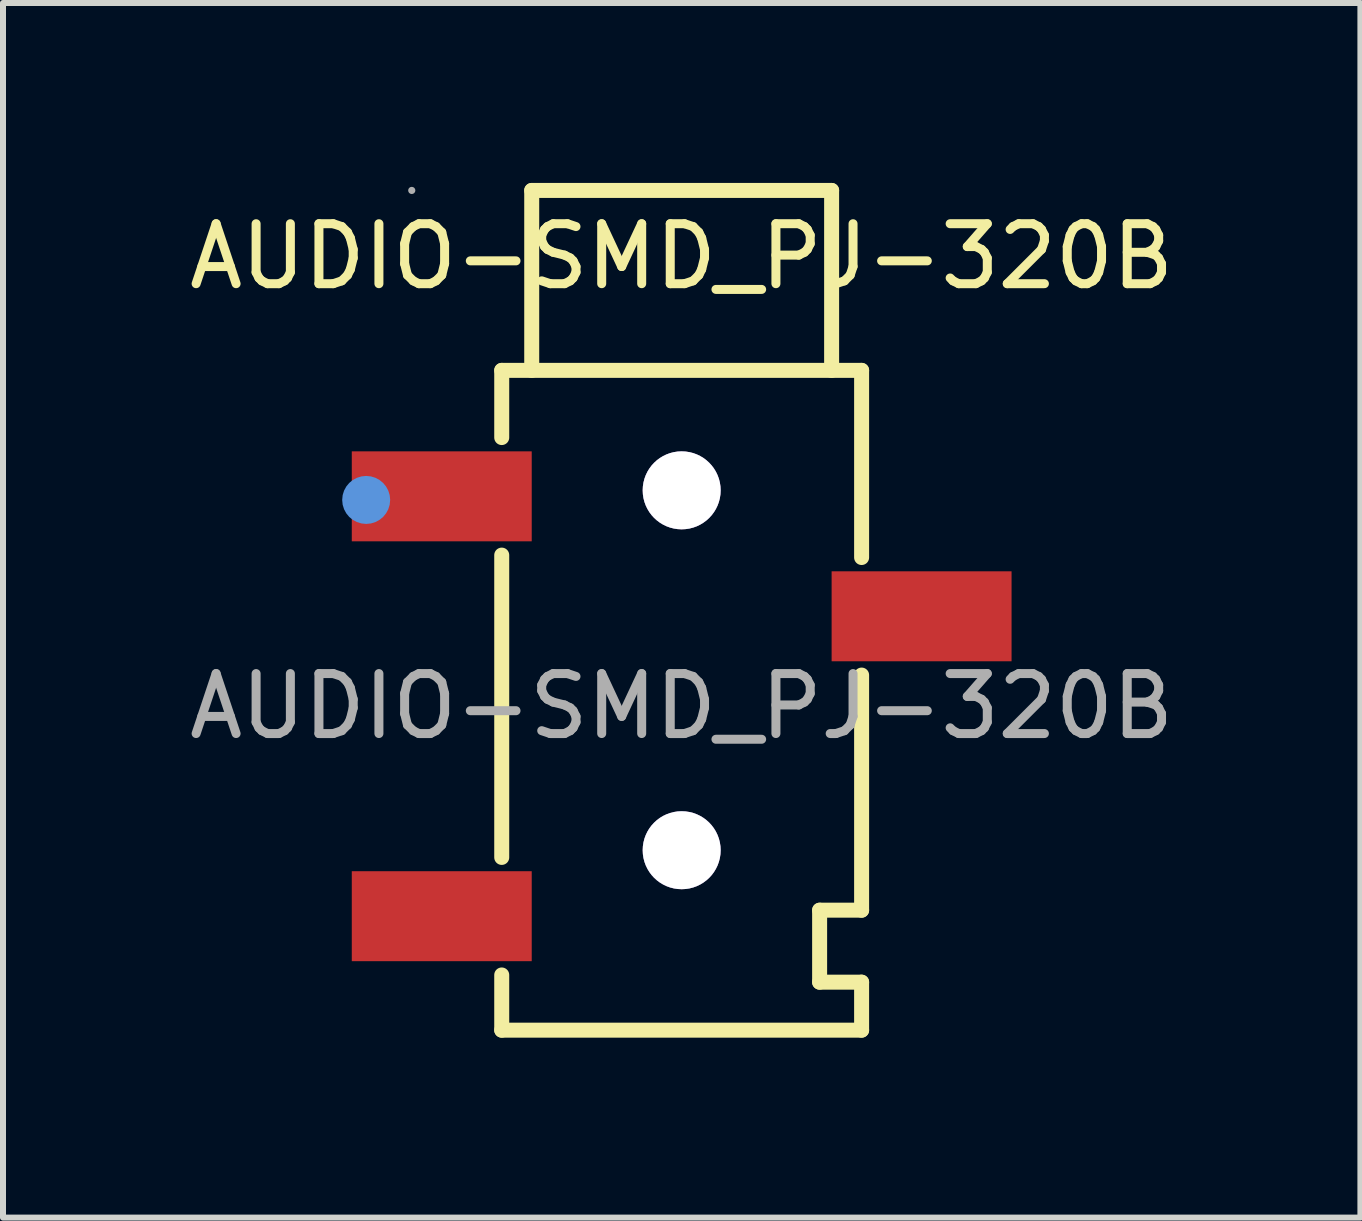
<source format=kicad_pcb>
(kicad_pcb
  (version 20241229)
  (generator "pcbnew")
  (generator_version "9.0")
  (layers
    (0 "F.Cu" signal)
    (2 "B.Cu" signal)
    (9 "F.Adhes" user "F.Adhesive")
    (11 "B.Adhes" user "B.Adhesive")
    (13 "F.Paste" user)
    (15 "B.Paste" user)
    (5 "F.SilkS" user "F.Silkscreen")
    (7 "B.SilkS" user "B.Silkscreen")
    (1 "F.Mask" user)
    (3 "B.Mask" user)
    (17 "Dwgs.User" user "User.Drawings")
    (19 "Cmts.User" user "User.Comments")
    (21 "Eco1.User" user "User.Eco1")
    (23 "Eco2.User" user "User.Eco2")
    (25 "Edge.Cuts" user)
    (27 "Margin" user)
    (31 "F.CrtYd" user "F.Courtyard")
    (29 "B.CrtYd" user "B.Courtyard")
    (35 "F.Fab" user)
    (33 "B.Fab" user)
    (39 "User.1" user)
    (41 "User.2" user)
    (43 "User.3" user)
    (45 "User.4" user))
  (footprint "AUDIO-SMD_PJ-320B"
    (layer "F.Cu")
    (at 8.315 8.725)
    (property "Reference" "AUDIO-SMD_PJ-320B" (at 0 -7.5 0) (layer "F.SilkS") (effects (font (size 1 1) (thickness 0.15))))
    (attr smd)
    (fp_line (start -3 -5.6) (end -3 -4.48) (stroke (width 0.25) (type solid)) (layer "F.SilkS"))
    (fp_line (start -3 -5.6) (end 3 -5.6) (stroke (width 0.25) (type solid)) (layer "F.SilkS"))
    (fp_line (start -3 -2.52) (end -3 2.52) (stroke (width 0.25) (type solid)) (layer "F.SilkS"))
    (fp_line (start -3 4.48) (end -3 5.4) (stroke (width 0.25) (type solid)) (layer "F.SilkS"))
    (fp_line (start -2.5 -8.6) (end 2.5 -8.6) (stroke (width 0.25) (type solid)) (layer "F.SilkS"))
    (fp_line (start -2.5 -5.6) (end -2.5 -8.6) (stroke (width 0.25) (type solid)) (layer "F.SilkS"))
    (fp_line (start 2.3 3.4) (end 2.3 4.6) (stroke (width 0.25) (type solid)) (layer "F.SilkS"))
    (fp_line (start 2.3 4.6) (end 3 4.6) (stroke (width 0.25) (type solid)) (layer "F.SilkS"))
    (fp_line (start 2.5 -5.6) (end 2.5 -8.6) (stroke (width 0.25) (type solid)) (layer "F.SilkS"))
    (fp_line (start 3 -5.6) (end 3 -2.48) (stroke (width 0.25) (type solid)) (layer "F.SilkS"))
    (fp_line (start 3 -0.52) (end 3 3.4) (stroke (width 0.25) (type solid)) (layer "F.SilkS"))
    (fp_line (start 3 3.4) (end 2.3 3.4) (stroke (width 0.25) (type solid)) (layer "F.SilkS"))
    (fp_line (start 3 4.6) (end 3 5.4) (stroke (width 0.25) (type solid)) (layer "F.SilkS"))
    (fp_line (start 3 5.4) (end -3 5.4) (stroke (width 0.25) (type solid)) (layer "F.SilkS"))
    (fp_circle (center -5.26 -3.44) (end -5.06 -3.44) (stroke (width 0.4) (type solid)) (fill no) (layer "Cmts.User"))
    (fp_circle (center 0 -3.6) (end 0.18 -3.6) (stroke (width 0.35) (type solid)) (fill no) (layer "Cmts.User"))
    (fp_circle (center 0 2.4) (end 0.18 2.4) (stroke (width 0.35) (type solid)) (fill no) (layer "Cmts.User"))
    (fp_circle (center -4.5 -8.6) (end -4.47 -8.6) (stroke (width 0.06) (type solid)) (fill no) (layer "F.Fab"))
    (fp_text user "${REFERENCE}" (at 0 0 0) (layer "F.Fab") (effects (font (size 1 1) (thickness 0.15))))
    (pad "" thru_hole circle (at 0 -3.6) (size 1.3 1.3) (drill 1.3) (layers "*.Cu" "*.Mask"))
    (pad "" thru_hole circle (at 0 2.4) (size 1.3 1.3) (drill 1.3) (layers "*.Cu" "*.Mask"))
    (pad "1" smd rect (at -4 -3.5) (size 3 1.5) (layers "F.Cu" "F.Mask" "F.Paste"))
    (pad "2" smd rect (at 4 -1.5) (size 3 1.5) (layers "F.Cu" "F.Mask" "F.Paste"))
    (pad "3" smd rect (at -4 3.5) (size 3 1.5) (layers "F.Cu" "F.Mask" "F.Paste")))
  (gr_rect
    (start -3 -3)
    (end 19.631 17.25)
    (stroke (width 0.1) (type default))
    (fill no)
    (layer "Edge.Cuts")))
</source>
